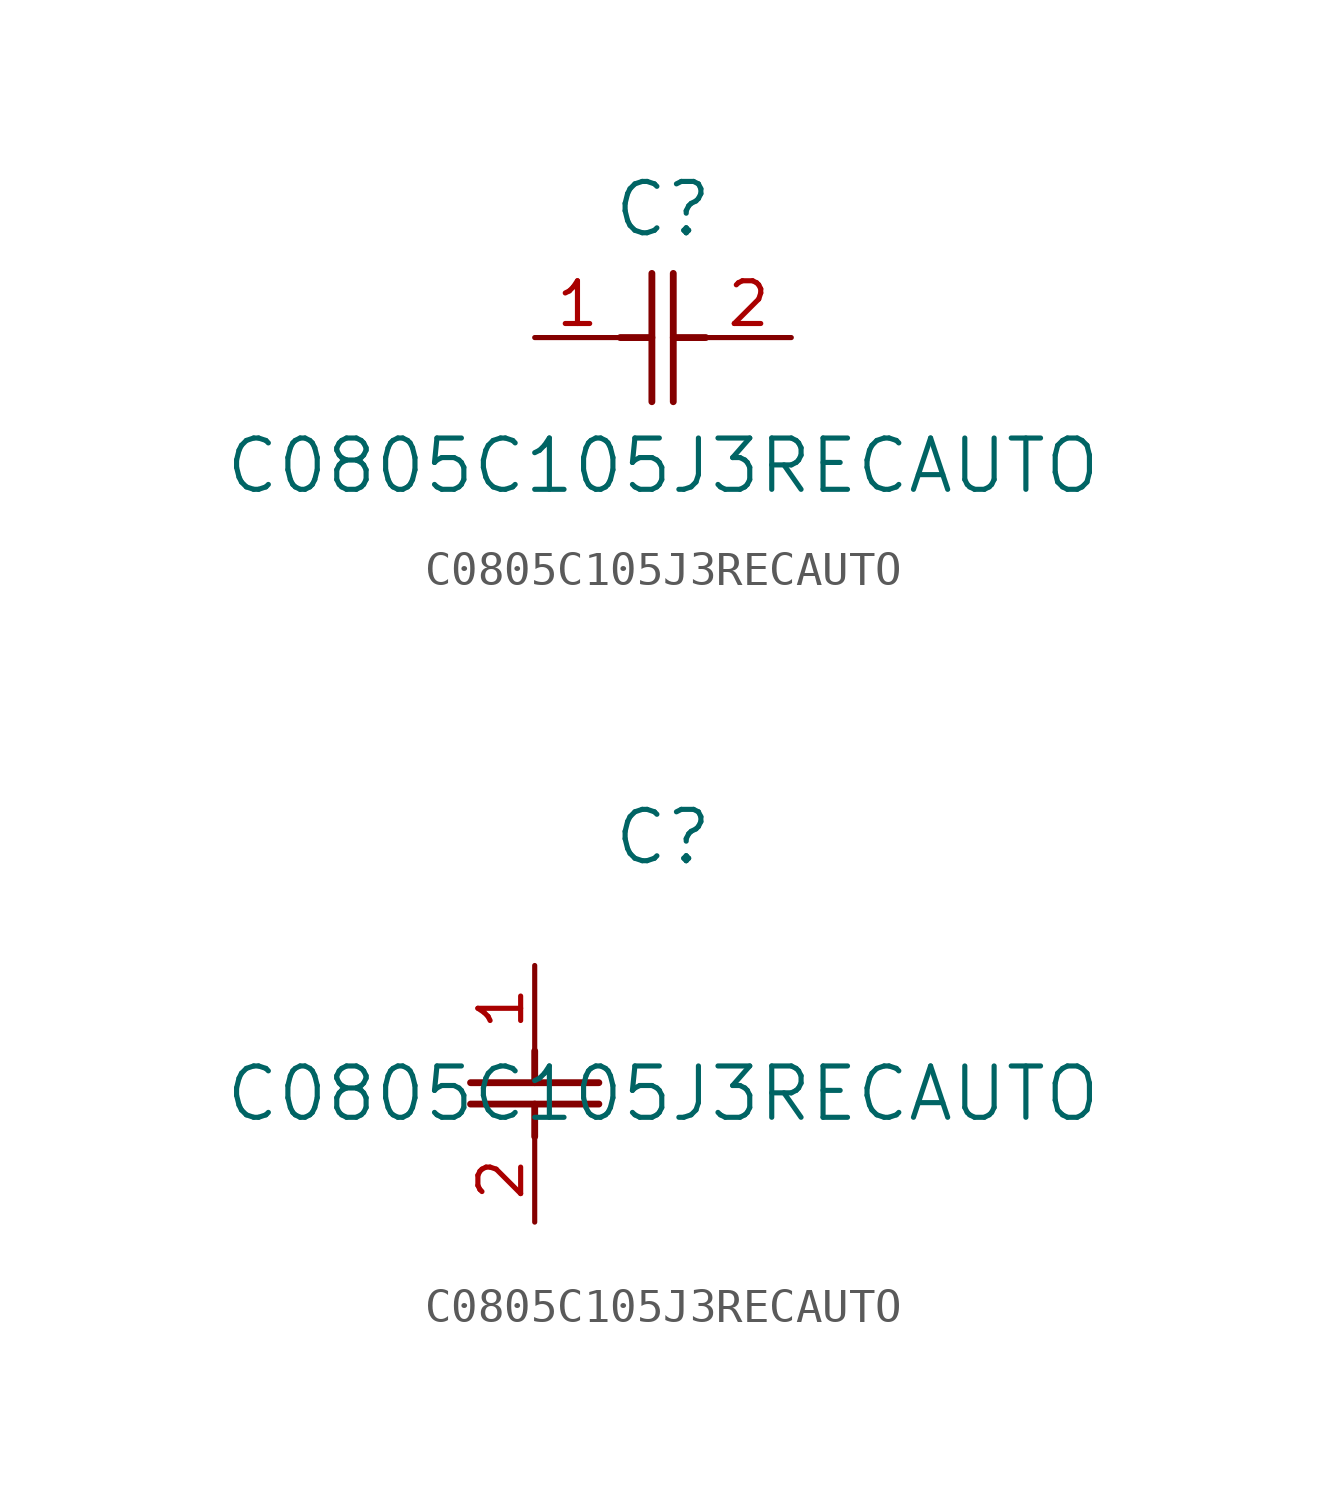
<source format=kicad_sym>
(kicad_symbol_lib
  (version 20211014)
  (generator kicad_symbol_editor)
  (symbol "C0805C105J3RECAUTO"
    (pin_names
      (offset 0.254))
    (property "Reference" "C"
      (at 3.81 3.81 0)
      (effects (font (size 1.524 1.524))))
    (property "Value" "C0805C105J3RECAUTO"
      (at 3.81 -3.81 0)
      (effects (font (size 1.524 1.524))))
    (symbol "C0805C105J3RECAUTO_1_1"
      (polyline (pts (xy 3.48 -1.905) (xy 3.48 1.905)) (stroke (width 0.203) (type default) (color 0 0 0 0)) (fill (type none)))
      (polyline (pts (xy 4.115 -1.905) (xy 4.115 1.905)) (stroke (width 0.203) (type default) (color 0 0 0 0)) (fill (type none)))
      (polyline (pts (xy 4.115 0) (xy 5.08 0)) (stroke (width 0.203) (type default) (color 0 0 0 0)) (fill (type none)))
      (polyline (pts (xy 2.54 0) (xy 3.48 0)) (stroke (width 0.203) (type default) (color 0 0 0 0)) (fill (type none)))
      (pin unspecified line (at 0 0 0) (length 2.54) (name "" (effects (font (size 1.27 1.27)))) (number "1" (effects (font (size 1.27 1.27)))))
      (pin unspecified line (at 7.62 0 180) (length 2.54) (name "" (effects (font (size 1.27 1.27)))) (number "2" (effects (font (size 1.27 1.27))))))
    (symbol "C0805C105J3RECAUTO_1_2"
      (polyline (pts (xy -1.905 -3.48) (xy 1.905 -3.48)) (stroke (width 0.203) (type default) (color 0 0 0 0)) (fill (type none)))
      (polyline (pts (xy -1.905 -4.115) (xy 1.905 -4.115)) (stroke (width 0.203) (type default) (color 0 0 0 0)) (fill (type none)))
      (polyline (pts (xy 0 -4.115) (xy 0 -5.08)) (stroke (width 0.203) (type default) (color 0 0 0 0)) (fill (type none)))
      (polyline (pts (xy 0 -2.54) (xy 0 -3.48)) (stroke (width 0.203) (type default) (color 0 0 0 0)) (fill (type none)))
      (pin unspecified line (at 0 0 270) (length 2.54) (name "" (effects (font (size 1.27 1.27)))) (number "1" (effects (font (size 1.27 1.27)))))
      (pin unspecified line (at 0 -7.62 90) (length 2.54) (name "" (effects (font (size 1.27 1.27)))) (number "2" (effects (font (size 1.27 1.27))))))))
</source>
